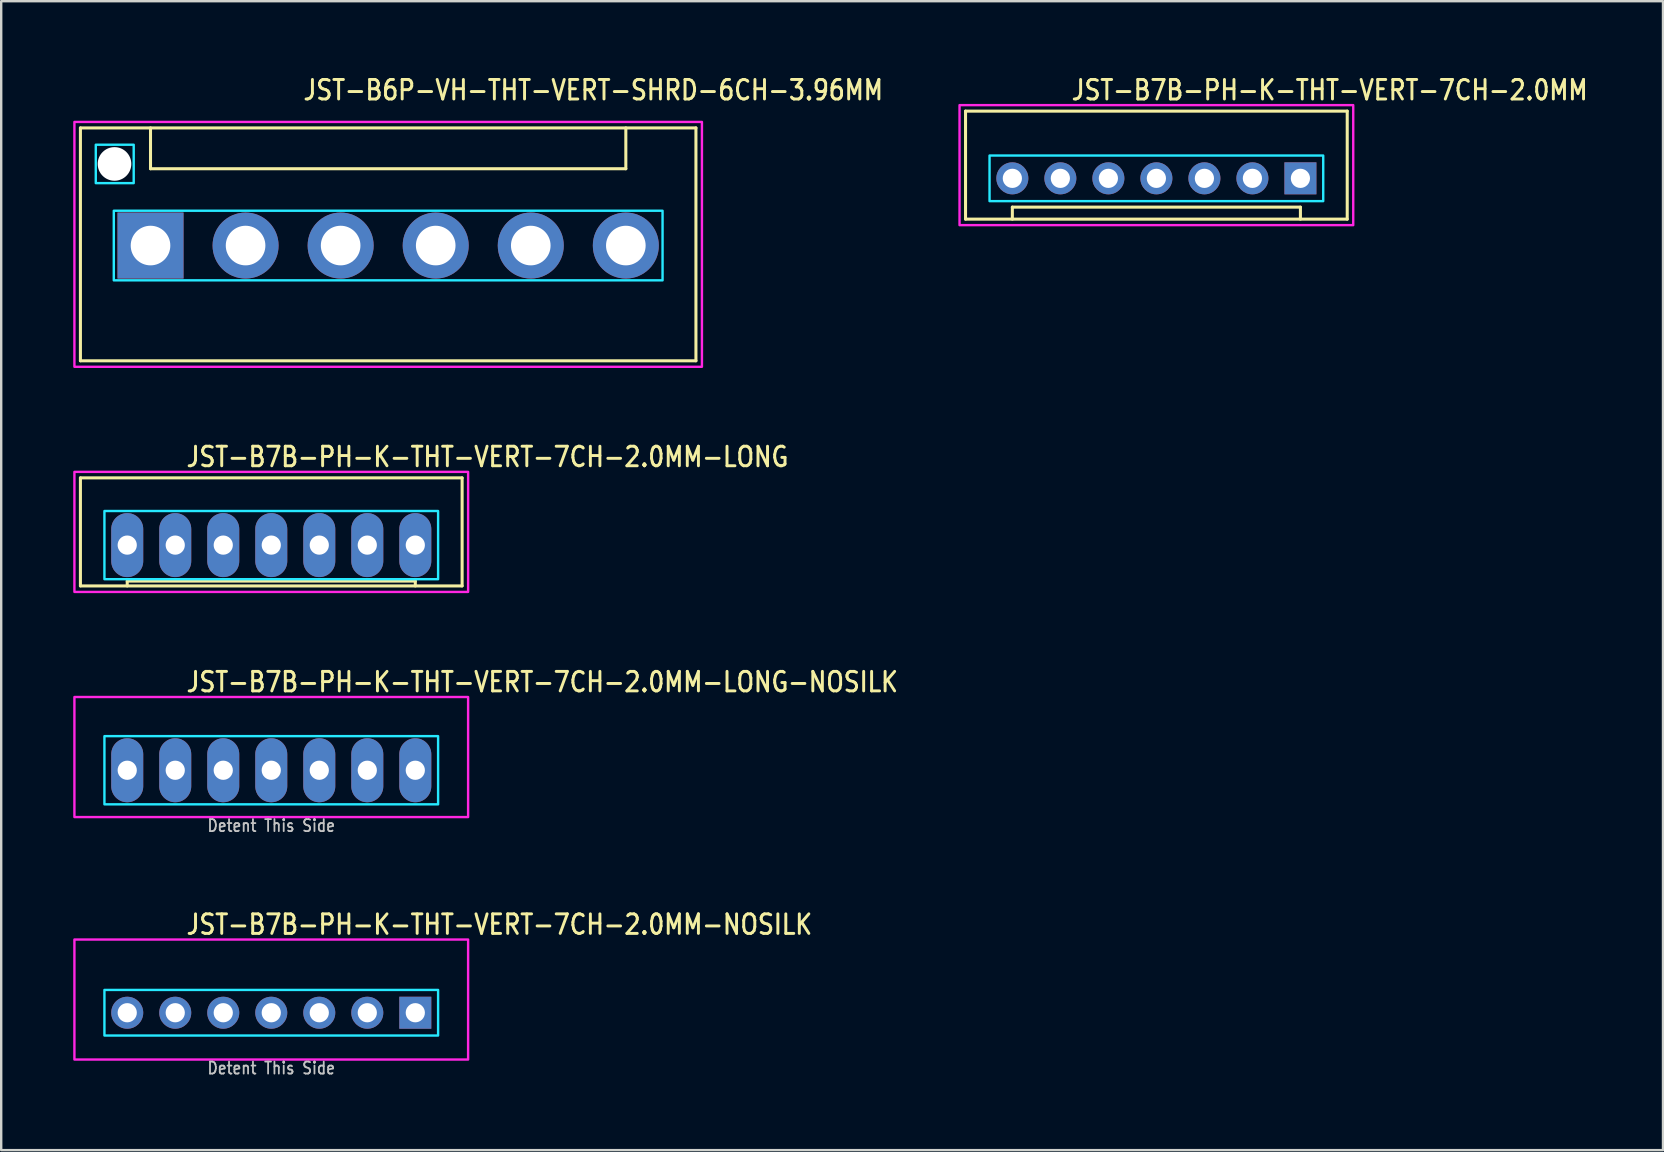
<source format=kicad_pcb>
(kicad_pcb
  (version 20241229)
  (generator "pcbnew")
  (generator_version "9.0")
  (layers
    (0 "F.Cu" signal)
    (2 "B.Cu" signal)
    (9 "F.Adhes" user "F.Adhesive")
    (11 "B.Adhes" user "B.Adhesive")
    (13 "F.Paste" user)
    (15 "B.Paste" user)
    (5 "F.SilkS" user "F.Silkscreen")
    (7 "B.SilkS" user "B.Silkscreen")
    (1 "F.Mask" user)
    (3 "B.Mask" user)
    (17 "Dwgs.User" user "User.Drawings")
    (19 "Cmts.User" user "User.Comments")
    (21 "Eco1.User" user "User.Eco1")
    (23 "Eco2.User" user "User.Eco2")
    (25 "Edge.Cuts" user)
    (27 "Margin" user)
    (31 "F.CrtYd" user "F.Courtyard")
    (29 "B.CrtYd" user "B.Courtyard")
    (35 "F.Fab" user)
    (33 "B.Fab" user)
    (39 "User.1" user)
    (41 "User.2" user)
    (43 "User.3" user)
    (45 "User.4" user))
  (footprint "JST-B7B-PH-K-THT-VERT-7CH-2.0MM"
    (layer "F.Cu")
    (at 45.121 4.379)
    (property "Reference" "JST-B7B-PH-K-THT-VERT-7CH-2.0MM" (at -3.6 -3.2 0) (unlocked yes) (layer "F.SilkS") (effects (font (size 0.813 0.695) (thickness 0.122)) (justify left bottom)))
    (fp_line (start -7.95 -2.8) (end -7.95 1.7) (stroke (width 0.127) (type solid)) (layer "F.SilkS"))
    (fp_line (start -7.95 -2.8) (end 7.95 -2.8) (stroke (width 0.127) (type solid)) (layer "F.SilkS"))
    (fp_line (start -7.95 1.7) (end 7.95 1.7) (stroke (width 0.127) (type solid)) (layer "F.SilkS"))
    (fp_line (start -6 1.7) (end -6 1.2) (stroke (width 0.127) (type solid)) (layer "F.SilkS"))
    (fp_line (start 6 1.2) (end -6 1.2) (stroke (width 0.127) (type solid)) (layer "F.SilkS"))
    (fp_line (start 6 1.7) (end 6 1.2) (stroke (width 0.127) (type solid)) (layer "F.SilkS"))
    (fp_line (start 7.95 1.7) (end 7.95 -2.8) (stroke (width 0.127) (type solid)) (layer "F.SilkS"))
    (fp_poly (pts (xy -6.95 -0.95) (xy -6.95 0.95) (xy 6.95 0.95) (xy 6.95 -0.95)) (stroke (width 0.1) (type solid)) (fill no) (layer "B.CrtYd"))
    (fp_poly (pts (xy -8.2 1.95) (xy -8.2 -3.05) (xy 8.2 -3.05) (xy 8.2 1.95)) (stroke (width 0.1) (type solid)) (fill no) (layer "F.CrtYd"))
    (pad "1" thru_hole rect (at 6 0) (size 1.333 1.333) (drill 0.8) (layers "*.Cu" "*.Mask"))
    (pad "2" thru_hole oval (at 4 0) (size 1.333 1.333) (drill 0.8) (layers "*.Cu" "*.Mask"))
    (pad "3" thru_hole oval (at 2 0) (size 1.333 1.333) (drill 0.8) (layers "*.Cu" "*.Mask"))
    (pad "4" thru_hole oval (at 0 0) (size 1.333 1.333) (drill 0.8) (layers "*.Cu" "*.Mask"))
    (pad "5" thru_hole oval (at -2 0) (size 1.333 1.333) (drill 0.8) (layers "*.Cu" "*.Mask"))
    (pad "6" thru_hole oval (at -4 0) (size 1.333 1.333) (drill 0.8) (layers "*.Cu" "*.Mask"))
    (pad "7" thru_hole oval (at -6 0) (size 1.333 1.333) (drill 0.8) (layers "*.Cu" "*.Mask")))
  (footprint "JST-B7B-PH-K-THT-VERT-7CH-2.0MM-LONG-NOSILK"
    (layer "F.Cu")
    (at 8.25 29.036)
    (property "Reference" "JST-B7B-PH-K-THT-VERT-7CH-2.0MM-LONG-NOSILK" (at -3.6 -3.2 0) (unlocked yes) (layer "F.SilkS") (effects (font (size 0.813 0.695) (thickness 0.122)) (justify left bottom)))
    (fp_poly (pts (xy -6.95 -1.42) (xy -6.95 1.42) (xy 6.95 1.42) (xy 6.95 -1.42)) (stroke (width 0.1) (type solid)) (fill no) (layer "B.CrtYd"))
    (fp_poly (pts (xy -8.2 1.95) (xy -8.2 -3.05) (xy 8.2 -3.05) (xy 8.2 1.95)) (stroke (width 0.1) (type solid)) (fill no) (layer "F.CrtYd"))
    (fp_text user "Detent This Side" (at 0 2.6 0) (unlocked yes) (layer "Dwgs.User") (effects (font (size 0.5 0.427) (thickness 0.075)) (justify bottom)))
    (pad "1" thru_hole oval (at 6 0 90) (size 2.667 1.333) (drill 0.8) (layers "*.Cu" "*.Mask"))
    (pad "2" thru_hole oval (at 4 0 90) (size 2.667 1.333) (drill 0.8) (layers "*.Cu" "*.Mask"))
    (pad "3" thru_hole oval (at 2 0 90) (size 2.667 1.333) (drill 0.8) (layers "*.Cu" "*.Mask"))
    (pad "4" thru_hole oval (at 0 0 90) (size 2.667 1.333) (drill 0.8) (layers "*.Cu" "*.Mask"))
    (pad "5" thru_hole oval (at -2 0 90) (size 2.667 1.333) (drill 0.8) (layers "*.Cu" "*.Mask"))
    (pad "6" thru_hole oval (at -4 0 90) (size 2.667 1.333) (drill 0.8) (layers "*.Cu" "*.Mask"))
    (pad "7" thru_hole oval (at -6 0 90) (size 2.667 1.333) (drill 0.8) (layers "*.Cu" "*.Mask")))
  (footprint "JST-B7B-PH-K-THT-VERT-7CH-2.0MM-NOSILK"
    (layer "F.Cu")
    (at 8.25 39.137)
    (property "Reference" "JST-B7B-PH-K-THT-VERT-7CH-2.0MM-NOSILK" (at -3.6 -3.2 0) (unlocked yes) (layer "F.SilkS") (effects (font (size 0.813 0.695) (thickness 0.122)) (justify left bottom)))
    (fp_poly (pts (xy -6.95 -0.95) (xy -6.95 0.95) (xy 6.95 0.95) (xy 6.95 -0.95)) (stroke (width 0.1) (type solid)) (fill no) (layer "B.CrtYd"))
    (fp_poly (pts (xy -8.2 1.95) (xy -8.2 -3.05) (xy 8.2 -3.05) (xy 8.2 1.95)) (stroke (width 0.1) (type solid)) (fill no) (layer "F.CrtYd"))
    (fp_text user "Detent This Side" (at 0 2.6 0) (unlocked yes) (layer "Dwgs.User") (effects (font (size 0.5 0.427) (thickness 0.075)) (justify bottom)))
    (pad "1" thru_hole rect (at 6 0) (size 1.333 1.333) (drill 0.8) (layers "*.Cu" "*.Mask"))
    (pad "2" thru_hole oval (at 4 0) (size 1.333 1.333) (drill 0.8) (layers "*.Cu" "*.Mask"))
    (pad "3" thru_hole oval (at 2 0) (size 1.333 1.333) (drill 0.8) (layers "*.Cu" "*.Mask"))
    (pad "4" thru_hole oval (at 0 0) (size 1.333 1.333) (drill 0.8) (layers "*.Cu" "*.Mask"))
    (pad "5" thru_hole oval (at -2 0) (size 1.333 1.333) (drill 0.8) (layers "*.Cu" "*.Mask"))
    (pad "6" thru_hole oval (at -4 0) (size 1.333 1.333) (drill 0.8) (layers "*.Cu" "*.Mask"))
    (pad "7" thru_hole oval (at -6 0) (size 1.333 1.333) (drill 0.8) (layers "*.Cu" "*.Mask")))
  (footprint "JST-B7B-PH-K-THT-VERT-7CH-2.0MM-LONG"
    (layer "F.Cu")
    (at 8.25 19.657)
    (property "Reference" "JST-B7B-PH-K-THT-VERT-7CH-2.0MM-LONG" (at -3.6 -3.2 0) (unlocked yes) (layer "F.SilkS") (effects (font (size 0.813 0.695) (thickness 0.122)) (justify left bottom)))
    (fp_line (start -7.95 -2.8) (end -7.95 1.7) (stroke (width 0.127) (type solid)) (layer "F.SilkS"))
    (fp_line (start -7.95 -2.8) (end 7.95 -2.8) (stroke (width 0.127) (type solid)) (layer "F.SilkS"))
    (fp_line (start -7.95 1.7) (end 7.95 1.7) (stroke (width 0.127) (type solid)) (layer "F.SilkS"))
    (fp_line (start -6 1.7) (end -6 1.5) (stroke (width 0.127) (type solid)) (layer "F.SilkS"))
    (fp_line (start 6 1.5) (end -6 1.5) (stroke (width 0.127) (type solid)) (layer "F.SilkS"))
    (fp_line (start 6 1.7) (end 6 1.5) (stroke (width 0.127) (type solid)) (layer "F.SilkS"))
    (fp_line (start 7.95 1.7) (end 7.95 -2.8) (stroke (width 0.127) (type solid)) (layer "F.SilkS"))
    (fp_poly (pts (xy -6.95 -1.42) (xy -6.95 1.42) (xy 6.95 1.42) (xy 6.95 -1.42)) (stroke (width 0.1) (type solid)) (fill no) (layer "B.CrtYd"))
    (fp_poly (pts (xy -8.2 1.95) (xy -8.2 -3.05) (xy 8.2 -3.05) (xy 8.2 1.95)) (stroke (width 0.1) (type solid)) (fill no) (layer "F.CrtYd"))
    (pad "1" thru_hole oval (at 6 0 90) (size 2.667 1.333) (drill 0.8) (layers "*.Cu" "*.Mask"))
    (pad "2" thru_hole oval (at 4 0 90) (size 2.667 1.333) (drill 0.8) (layers "*.Cu" "*.Mask"))
    (pad "3" thru_hole oval (at 2 0 90) (size 2.667 1.333) (drill 0.8) (layers "*.Cu" "*.Mask"))
    (pad "4" thru_hole oval (at 0 0 90) (size 2.667 1.333) (drill 0.8) (layers "*.Cu" "*.Mask"))
    (pad "5" thru_hole oval (at -2 0 90) (size 2.667 1.333) (drill 0.8) (layers "*.Cu" "*.Mask"))
    (pad "6" thru_hole oval (at -4 0 90) (size 2.667 1.333) (drill 0.8) (layers "*.Cu" "*.Mask"))
    (pad "7" thru_hole oval (at -6 0 90) (size 2.667 1.333) (drill 0.8) (layers "*.Cu" "*.Mask")))
  (footprint "JST-B6P-VH-THT-VERT-SHRD-6CH-3.96MM"
    (layer "F.Cu")
    (at 13.12 7.179)
    (property "Reference" "JST-B6P-VH-THT-VERT-SHRD-6CH-3.96MM" (at -3.6 -6 0) (unlocked yes) (layer "F.SilkS") (effects (font (size 0.813 0.695) (thickness 0.122)) (justify left bottom)))
    (fp_line (start -12.82 -4.9) (end 12.82 -4.9) (stroke (width 0.127) (type solid)) (layer "F.SilkS"))
    (fp_line (start -12.82 4.8) (end -12.82 -4.9) (stroke (width 0.127) (type solid)) (layer "F.SilkS"))
    (fp_line (start -12.82 4.8) (end 12.82 4.8) (stroke (width 0.127) (type solid)) (layer "F.SilkS"))
    (fp_line (start -9.9 -4.9) (end -9.9 -3.2) (stroke (width 0.127) (type solid)) (layer "F.SilkS"))
    (fp_line (start -9.9 -3.2) (end 9.9 -3.2) (stroke (width 0.127) (type solid)) (layer "F.SilkS"))
    (fp_line (start 9.9 -4.9) (end 9.9 -3.2) (stroke (width 0.127) (type solid)) (layer "F.SilkS"))
    (fp_line (start 12.82 -4.9) (end 12.82 4.8) (stroke (width 0.127) (type solid)) (layer "F.SilkS"))
    (fp_poly (pts (xy -11.43 -1.45) (xy -11.43 1.45) (xy 11.43 1.45) (xy 11.43 -1.45)) (stroke (width 0.1) (type solid)) (fill no) (layer "B.CrtYd"))
    (fp_poly (pts (xy -10.6 -4.2) (xy -10.6 -2.6) (xy -12.18 -2.6) (xy -12.18 -4.2)) (stroke (width 0.1) (type solid)) (fill no) (layer "B.CrtYd"))
    (fp_poly (pts (xy -13.07 -5.15) (xy -13.07 5.05) (xy 13.07 5.05) (xy 13.07 -5.15)) (stroke (width 0.1) (type solid)) (fill no) (layer "F.CrtYd"))
    (pad "" np_thru_hole circle (at -11.4 -3.4) (size 1.4 1.4) (drill 1.4) (layers "*.Cu" "*.Mask"))
    (pad "1" thru_hole rect (at -9.9 0) (size 2.75 2.75) (drill 1.65) (layers "*.Cu" "*.Mask"))
    (pad "2" thru_hole oval (at -5.94 0) (size 2.75 2.75) (drill 1.65) (layers "*.Cu" "*.Mask"))
    (pad "3" thru_hole oval (at -1.98 0) (size 2.75 2.75) (drill 1.65) (layers "*.Cu" "*.Mask"))
    (pad "4" thru_hole oval (at 1.98 0) (size 2.75 2.75) (drill 1.65) (layers "*.Cu" "*.Mask"))
    (pad "5" thru_hole oval (at 5.94 0) (size 2.75 2.75) (drill 1.65) (layers "*.Cu" "*.Mask"))
    (pad "6" thru_hole oval (at 9.9 0) (size 2.75 2.75) (drill 1.65) (layers "*.Cu" "*.Mask")))
  (gr_rect
    (start -3 -3)
    (end 66.225 44.861)
    (stroke (width 0.1) (type default))
    (fill no)
    (layer "Edge.Cuts")))
</source>
